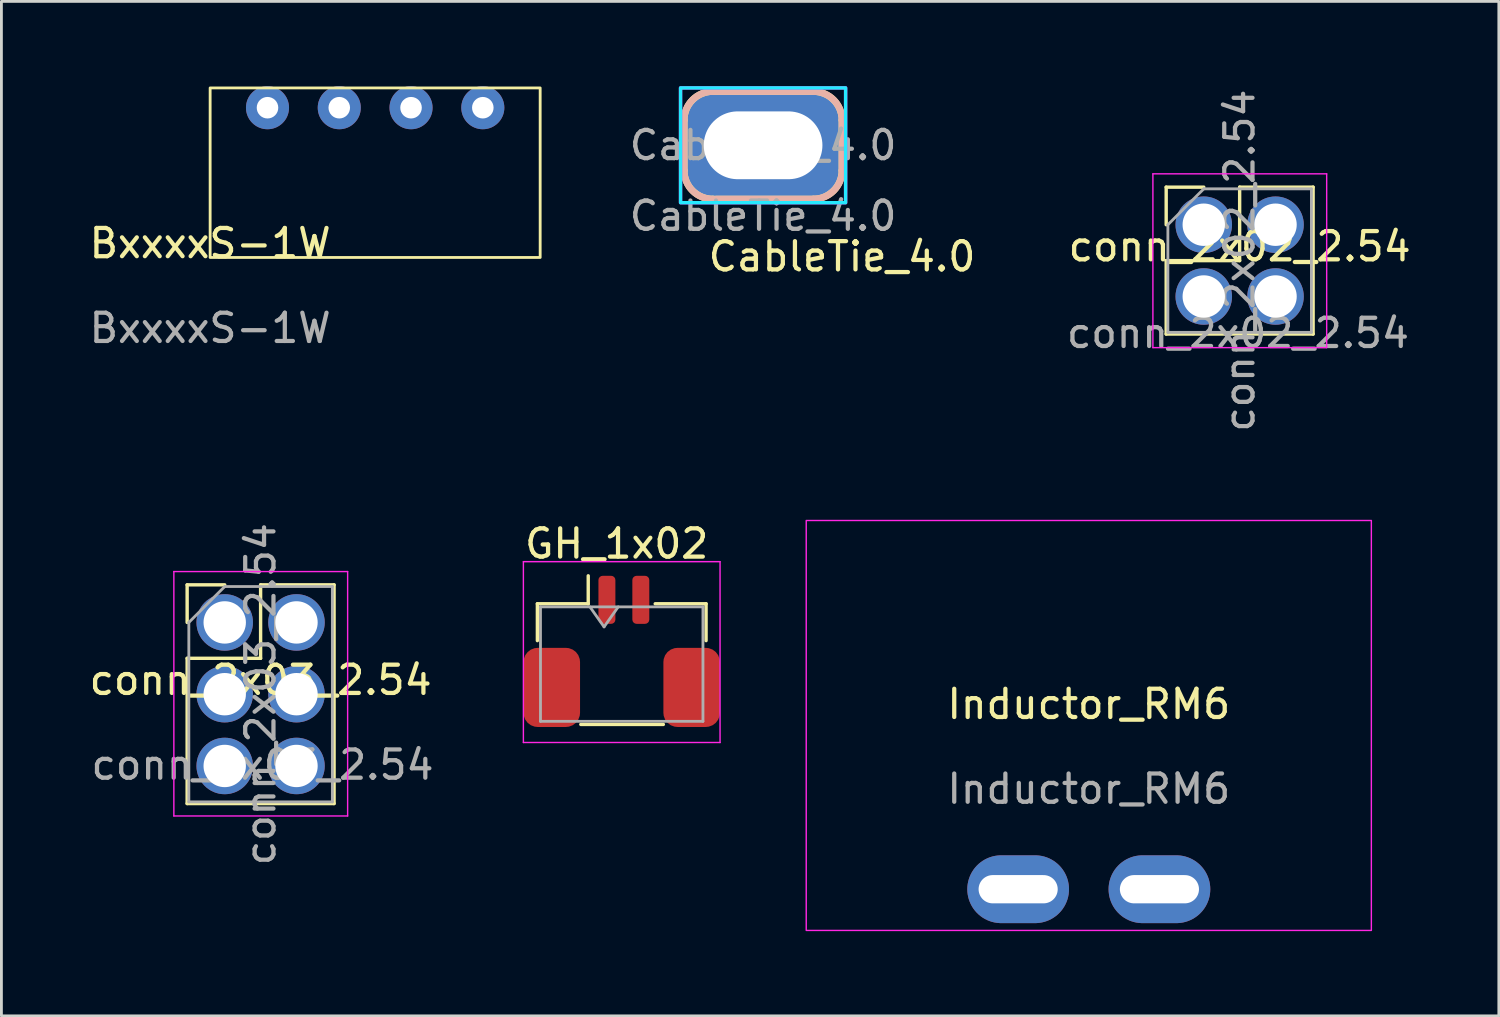
<source format=kicad_pcb>
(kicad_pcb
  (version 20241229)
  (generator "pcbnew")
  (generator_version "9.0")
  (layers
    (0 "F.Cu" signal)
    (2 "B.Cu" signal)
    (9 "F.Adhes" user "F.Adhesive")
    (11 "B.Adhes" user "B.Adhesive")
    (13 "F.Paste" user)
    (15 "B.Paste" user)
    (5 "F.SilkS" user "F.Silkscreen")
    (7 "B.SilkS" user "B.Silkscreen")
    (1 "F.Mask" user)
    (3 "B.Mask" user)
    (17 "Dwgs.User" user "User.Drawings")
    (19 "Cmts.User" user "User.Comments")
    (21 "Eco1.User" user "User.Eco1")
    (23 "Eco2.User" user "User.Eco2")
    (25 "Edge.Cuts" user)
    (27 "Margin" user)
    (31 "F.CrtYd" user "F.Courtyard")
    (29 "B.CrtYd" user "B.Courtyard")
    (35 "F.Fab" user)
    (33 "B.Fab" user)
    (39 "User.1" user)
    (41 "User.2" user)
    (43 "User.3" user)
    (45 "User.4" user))
  (footprint "Inductor_RM6"
    (layer "F.Cu")
    (at 35.483 22.37)
    (property "Reference" "Inductor_RM6" (at 0 -0.5 0) (unlocked yes) (layer "F.SilkS") (effects (font (size 1 1) (thickness 0.15))))
    (attr through_hole)
    (fp_rect (start -10 -7) (end 10 7.508) (stroke (width 0.05) (type solid)) (fill no) (layer "F.CrtYd"))
    (fp_text user "${REFERENCE}" (at 0 2.5 0) (unlocked yes) (layer "F.Fab") (effects (font (size 1 1) (thickness 0.15))))
    (pad "1" thru_hole oval (at -2.5 6.05) (size 3.6 2.4) (drill oval 2.8 1) (layers "*.Cu" "*.Mask"))
    (pad "2" thru_hole oval (at 2.5 6.05) (size 3.6 2.4) (drill oval 2.8 1) (layers "*.Cu" "*.Mask")))
  (footprint "conn_2x03_2.54"
    (layer "F.Cu")
    (at 6.173 21.518)
    (property "Reference" "conn_2x03_2.54" (at 0 -0.5 0) (unlocked yes) (layer "F.SilkS") (effects (font (size 1 1) (thickness 0.15))))
    (attr through_hole)
    (fp_line (start -2.6 -3.87) (end -1.27 -3.87) (stroke (width 0.12) (type solid)) (layer "F.SilkS"))
    (fp_line (start -2.6 -2.54) (end -2.6 -3.87) (stroke (width 0.12) (type solid)) (layer "F.SilkS"))
    (fp_line (start -2.6 -1.27) (end -2.6 3.87) (stroke (width 0.12) (type solid)) (layer "F.SilkS"))
    (fp_line (start -2.6 -1.27) (end 0 -1.27) (stroke (width 0.12) (type solid)) (layer "F.SilkS"))
    (fp_line (start -2.6 3.87) (end 2.6 3.87) (stroke (width 0.12) (type solid)) (layer "F.SilkS"))
    (fp_line (start 0 -3.87) (end 2.6 -3.87) (stroke (width 0.12) (type solid)) (layer "F.SilkS"))
    (fp_line (start 0 -1.27) (end 0 -3.87) (stroke (width 0.12) (type solid)) (layer "F.SilkS"))
    (fp_line (start 2.6 -3.87) (end 2.6 3.87) (stroke (width 0.12) (type solid)) (layer "F.SilkS"))
    (fp_line (start -3.07 -4.34) (end -3.07 4.31) (stroke (width 0.05) (type solid)) (layer "F.CrtYd"))
    (fp_line (start -3.07 4.31) (end 3.08 4.31) (stroke (width 0.05) (type solid)) (layer "F.CrtYd"))
    (fp_line (start 3.08 -4.34) (end -3.07 -4.34) (stroke (width 0.05) (type solid)) (layer "F.CrtYd"))
    (fp_line (start 3.08 4.31) (end 3.08 -4.34) (stroke (width 0.05) (type solid)) (layer "F.CrtYd"))
    (fp_line (start -2.54 -2.54) (end -1.27 -3.81) (stroke (width 0.1) (type solid)) (layer "F.Fab"))
    (fp_line (start -2.54 3.81) (end -2.54 -2.54) (stroke (width 0.1) (type solid)) (layer "F.Fab"))
    (fp_line (start -1.27 -3.81) (end 2.54 -3.81) (stroke (width 0.1) (type solid)) (layer "F.Fab"))
    (fp_line (start 2.54 -3.81) (end 2.54 3.81) (stroke (width 0.1) (type solid)) (layer "F.Fab"))
    (fp_line (start 2.54 3.81) (end -2.54 3.81) (stroke (width 0.1) (type solid)) (layer "F.Fab"))
    (fp_text user "${REFERENCE}" (at 0 0 90) (layer "F.Fab") (effects (font (size 1 1) (thickness 0.15))))
    (fp_text user "${REFERENCE}" (at 0.067 2.5 0) (unlocked yes) (layer "F.Fab") (effects (font (size 1 1) (thickness 0.15))))
    (pad "1" thru_hole circle (at -1.27 -2.54) (size 2 2) (drill 1.5) (layers "*.Cu" "*.Mask"))
    (pad "2" thru_hole circle (at 1.27 -2.54) (size 2 2) (drill 1.5) (layers "*.Cu" "*.Mask"))
    (pad "3" thru_hole circle (at -1.27 0) (size 2 2) (drill 1.5) (layers "*.Cu" "*.Mask"))
    (pad "4" thru_hole circle (at 1.27 0) (size 2 2) (drill 1.5) (layers "*.Cu" "*.Mask"))
    (pad "5" thru_hole circle (at -1.27 2.54) (size 2 2) (drill 1.5) (layers "*.Cu" "*.Mask"))
    (pad "6" thru_hole circle (at 1.27 2.54) (size 2 2) (drill 1.5) (layers "*.Cu" "*.Mask")))
  (footprint "GH_1x02"
    (layer "F.Cu")
    (at 19.029 20.257)
    (property "Reference" "GH_1x02" (at -0.254 -4.064 0) (unlocked yes) (layer "F.SilkS") (effects (font (size 1 1) (thickness 0.15))))
    (attr smd)
    (fp_line (start -3.061 -1.939) (end -1.261 -1.939) (stroke (width 0.12) (type solid)) (layer "F.SilkS"))
    (fp_line (start -3.061 -0.635) (end -3.061 -1.939) (stroke (width 0.12) (type solid)) (layer "F.SilkS"))
    (fp_line (start -1.524 2.331) (end 1.397 2.331) (stroke (width 0.12) (type solid)) (layer "F.SilkS"))
    (fp_line (start -1.261 -1.939) (end -1.261 -2.929) (stroke (width 0.12) (type solid)) (layer "F.SilkS"))
    (fp_line (start 2.909 -1.939) (end 1.109 -1.939) (stroke (width 0.12) (type solid)) (layer "F.SilkS"))
    (fp_line (start 2.909 -0.635) (end 2.909 -1.939) (stroke (width 0.12) (type solid)) (layer "F.SilkS"))
    (fp_line (start -3.556 -3.429) (end -3.556 2.971) (stroke (width 0.05) (type solid)) (layer "F.CrtYd"))
    (fp_line (start -3.556 2.971) (end 3.404 2.971) (stroke (width 0.05) (type solid)) (layer "F.CrtYd"))
    (fp_line (start 3.404 -3.429) (end -3.556 -3.429) (stroke (width 0.05) (type solid)) (layer "F.CrtYd"))
    (fp_line (start 3.404 2.971) (end 3.404 -3.429) (stroke (width 0.05) (type solid)) (layer "F.CrtYd"))
    (fp_line (start -2.951 -1.829) (end -2.951 2.221) (stroke (width 0.1) (type solid)) (layer "F.Fab"))
    (fp_line (start -2.951 -1.829) (end 2.799 -1.829) (stroke (width 0.1) (type solid)) (layer "F.Fab"))
    (fp_line (start -2.951 2.221) (end 2.799 2.221) (stroke (width 0.1) (type solid)) (layer "F.Fab"))
    (fp_line (start -1.201 -1.829) (end -0.701 -1.122) (stroke (width 0.1) (type solid)) (layer "F.Fab"))
    (fp_line (start -0.701 -1.122) (end -0.201 -1.829) (stroke (width 0.1) (type solid)) (layer "F.Fab"))
    (fp_line (start 2.799 -1.829) (end 2.799 2.221) (stroke (width 0.1) (type solid)) (layer "F.Fab"))
    (pad "1" smd roundrect (at 0.6 -2.079) (size 0.6 1.7) (layers "F.Cu" "F.Mask" "F.Paste") (roundrect_rratio 0.25))
    (pad "2" smd roundrect (at -0.6 -2.079) (size 0.6 1.7) (layers "F.Cu" "F.Mask" "F.Paste") (roundrect_rratio 0.25))
    (pad "MP" smd roundrect (at -2.551 1.021) (size 2 2.8) (layers "F.Cu" "F.Mask" "F.Paste") (roundrect_rratio 0.25))
    (pad "MP" smd roundrect (at 2.399 1.021) (size 2 2.8) (layers "F.Cu" "F.Mask" "F.Paste") (roundrect_rratio 0.25)))
  (footprint "conn_2x02_2.54"
    (layer "F.Cu")
    (at 40.822 6.173)
    (property "Reference" "conn_2x02_2.54" (at 0 -0.5 0) (unlocked yes) (layer "F.SilkS") (effects (font (size 1 1) (thickness 0.15))))
    (attr through_hole)
    (fp_line (start -2.6 -2.6) (end -1.27 -2.6) (stroke (width 0.12) (type solid)) (layer "F.SilkS"))
    (fp_line (start -2.6 -1.27) (end -2.6 -2.6) (stroke (width 0.12) (type solid)) (layer "F.SilkS"))
    (fp_line (start -2.6 0) (end -2.6 2.6) (stroke (width 0.12) (type solid)) (layer "F.SilkS"))
    (fp_line (start -2.6 0) (end 0 0) (stroke (width 0.12) (type solid)) (layer "F.SilkS"))
    (fp_line (start -2.6 2.6) (end 2.6 2.6) (stroke (width 0.12) (type solid)) (layer "F.SilkS"))
    (fp_line (start 0 -2.6) (end 2.6 -2.6) (stroke (width 0.12) (type solid)) (layer "F.SilkS"))
    (fp_line (start 0 0) (end 0 -2.6) (stroke (width 0.12) (type solid)) (layer "F.SilkS"))
    (fp_line (start 2.6 -2.6) (end 2.6 2.6) (stroke (width 0.12) (type solid)) (layer "F.SilkS"))
    (fp_line (start -3.07 -3.07) (end -3.07 3.08) (stroke (width 0.05) (type solid)) (layer "F.CrtYd"))
    (fp_line (start -3.07 3.08) (end 3.08 3.08) (stroke (width 0.05) (type solid)) (layer "F.CrtYd"))
    (fp_line (start 3.08 -3.07) (end -3.07 -3.07) (stroke (width 0.05) (type solid)) (layer "F.CrtYd"))
    (fp_line (start 3.08 3.08) (end 3.08 -3.07) (stroke (width 0.05) (type solid)) (layer "F.CrtYd"))
    (fp_line (start -2.54 -1.27) (end -1.27 -2.54) (stroke (width 0.1) (type solid)) (layer "F.Fab"))
    (fp_line (start -2.54 2.54) (end -2.54 -1.27) (stroke (width 0.1) (type solid)) (layer "F.Fab"))
    (fp_line (start -1.27 -2.54) (end 2.54 -2.54) (stroke (width 0.1) (type solid)) (layer "F.Fab"))
    (fp_line (start 2.54 -2.54) (end 2.54 2.54) (stroke (width 0.1) (type solid)) (layer "F.Fab"))
    (fp_line (start 2.54 2.54) (end -2.54 2.54) (stroke (width 0.1) (type solid)) (layer "F.Fab"))
    (fp_text user "${REFERENCE}" (at 0 0 90) (layer "F.Fab") (effects (font (size 1 1) (thickness 0.15))))
    (fp_text user "${REFERENCE}" (at -0.06 2.567 0) (unlocked yes) (layer "F.Fab") (effects (font (size 1 1) (thickness 0.15))))
    (pad "1" thru_hole circle (at -1.27 -1.27) (size 2 2) (drill 1.5) (layers "*.Cu" "*.Mask"))
    (pad "2" thru_hole circle (at 1.27 -1.27) (size 2 2) (drill 1.5) (layers "*.Cu" "*.Mask"))
    (pad "3" thru_hole circle (at -1.27 1.27) (size 2 2) (drill 1.5) (layers "*.Cu" "*.Mask"))
    (pad "4" thru_hole circle (at 1.27 1.27) (size 2 2) (drill 1.5) (layers "*.Cu" "*.Mask")))
  (footprint "CableTie_4.0"
    (layer "F.Cu")
    (at 23.956 2.092)
    (property "Reference" "CableTie_4.0" (at 2.794 3.937 0) (unlocked yes) (layer "F.SilkS") (effects (font (size 1 1) (thickness 0.15))))
    (attr smd)
    (fp_line (start -2.794 -0.889) (end -2.794 0.889) (stroke (width 0.24) (type solid)) (layer "F.SilkS"))
    (fp_line (start -1.778 -1.905) (end 1.778 -1.905) (stroke (width 0.24) (type solid)) (layer "F.SilkS"))
    (fp_line (start 1.778 1.905) (end -1.778 1.905) (stroke (width 0.24) (type solid)) (layer "F.SilkS"))
    (fp_line (start 2.794 -0.889) (end 2.794 0.889) (stroke (width 0.24) (type solid)) (layer "F.SilkS"))
    (fp_arc (start -2.794 -0.889) (mid -2.49642 -1.60742) (end -1.778 -1.905) (stroke (width 0.24) (type solid)) (layer "F.SilkS"))
    (fp_arc (start -1.778 1.905) (mid -2.49642 1.60742) (end -2.794 0.889) (stroke (width 0.24) (type solid)) (layer "F.SilkS"))
    (fp_arc (start 1.778 -1.905) (mid 2.49642 -1.60742) (end 2.794 -0.889) (stroke (width 0.24) (type solid)) (layer "F.SilkS"))
    (fp_arc (start 2.794 0.889) (mid 2.49642 1.60742) (end 1.778 1.905) (stroke (width 0.24) (type solid)) (layer "F.SilkS"))
    (fp_line (start -2.794 -0.889) (end -2.794 0.889) (stroke (width 0.24) (type solid)) (layer "B.SilkS"))
    (fp_line (start -1.651 1.905) (end 1.905 1.905) (stroke (width 0.24) (type solid)) (layer "B.SilkS"))
    (fp_line (start 1.778 -1.905) (end -1.778 -1.905) (stroke (width 0.24) (type solid)) (layer "B.SilkS"))
    (fp_line (start 2.794 -0.889) (end 2.794 0.889) (stroke (width 0.24) (type solid)) (layer "B.SilkS"))
    (fp_arc (start -2.794 -0.889) (mid -2.49642 -1.60742) (end -1.778 -1.905) (stroke (width 0.24) (type solid)) (layer "B.SilkS"))
    (fp_arc (start -1.778 1.905) (mid -2.49642 1.60742) (end -2.794 0.889) (stroke (width 0.24) (type solid)) (layer "B.SilkS"))
    (fp_arc (start 1.778 -1.905) (mid 2.49642 -1.60742) (end 2.794 -0.889) (stroke (width 0.24) (type solid)) (layer "B.SilkS"))
    (fp_arc (start 2.794 0.889) (mid 2.49642 1.60742) (end 1.778 1.905) (stroke (width 0.24) (type solid)) (layer "B.SilkS"))
    (fp_rect (start -2.921 -2.032) (end 2.921 2.032) (stroke (width 0.12) (type solid)) (fill no) (layer "B.CrtYd"))
    (fp_rect (start -2.921 -2.032) (end 2.921 2.032) (stroke (width 0.12) (type solid)) (fill no) (layer "F.CrtYd"))
    (fp_text user "${REFERENCE}" (at 0 0 0) (layer "F.Fab") (effects (font (size 1 1) (thickness 0.15))))
    (fp_text user "${REFERENCE}" (at 0 2.5 0) (unlocked yes) (layer "F.Fab") (effects (font (size 1 1) (thickness 0.15))))
    (pad "1" thru_hole roundrect (at 0 0) (size 5.4 3.6) (drill oval 4.2 2.4) (layers "*.Cu" "*.Mask") (roundrect_rratio 0.25)))
  (footprint "BxxxxS-1W"
    (layer "F.Cu")
    (at 4.387 6.062)
    (property "Reference" "BxxxxS-1W" (at 0 -0.5 0) (unlocked yes) (layer "F.SilkS") (effects (font (size 1 1) (thickness 0.15))))
    (attr through_hole)
    (fp_rect (start 0 -6) (end 11.68 0) (stroke (width 0.1) (type solid)) (fill no) (layer "F.SilkS"))
    (fp_text user "${REFERENCE}" (at 0 2.5 0) (unlocked yes) (layer "F.Fab") (effects (font (size 1 1) (thickness 0.15))))
    (pad "1" thru_hole circle (at 9.65 -5.3) (size 1.524 1.524) (drill 0.762) (layers "*.Cu" "*.Mask"))
    (pad "2" thru_hole circle (at 7.11 -5.3) (size 1.524 1.524) (drill 0.762) (layers "*.Cu" "*.Mask"))
    (pad "3" thru_hole circle (at 4.57 -5.3) (size 1.524 1.524) (drill 0.762) (layers "*.Cu" "*.Mask"))
    (pad "4" thru_hole circle (at 2.03 -5.3) (size 1.524 1.524) (drill 0.762) (layers "*.Cu" "*.Mask")))
  (gr_rect
    (start -3 -3)
    (end 49.995 32.903)
    (stroke (width 0.1) (type default))
    (fill no)
    (layer "Edge.Cuts")))
</source>
